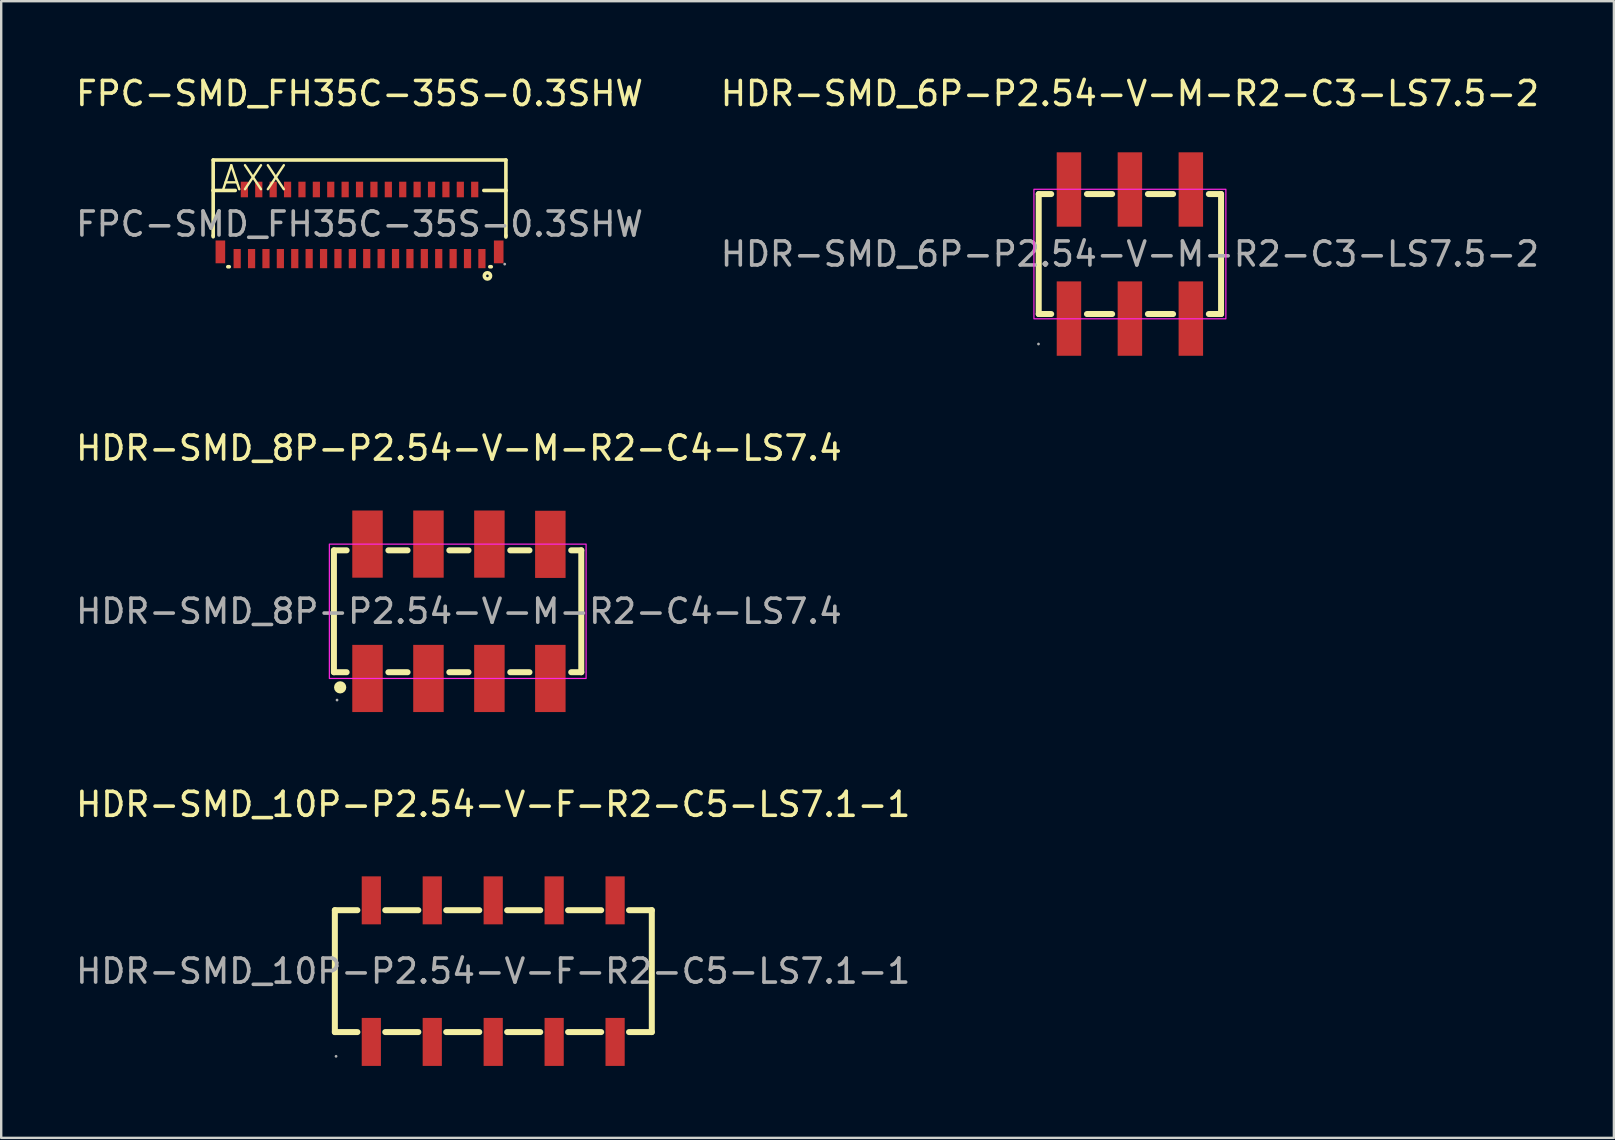
<source format=kicad_pcb>
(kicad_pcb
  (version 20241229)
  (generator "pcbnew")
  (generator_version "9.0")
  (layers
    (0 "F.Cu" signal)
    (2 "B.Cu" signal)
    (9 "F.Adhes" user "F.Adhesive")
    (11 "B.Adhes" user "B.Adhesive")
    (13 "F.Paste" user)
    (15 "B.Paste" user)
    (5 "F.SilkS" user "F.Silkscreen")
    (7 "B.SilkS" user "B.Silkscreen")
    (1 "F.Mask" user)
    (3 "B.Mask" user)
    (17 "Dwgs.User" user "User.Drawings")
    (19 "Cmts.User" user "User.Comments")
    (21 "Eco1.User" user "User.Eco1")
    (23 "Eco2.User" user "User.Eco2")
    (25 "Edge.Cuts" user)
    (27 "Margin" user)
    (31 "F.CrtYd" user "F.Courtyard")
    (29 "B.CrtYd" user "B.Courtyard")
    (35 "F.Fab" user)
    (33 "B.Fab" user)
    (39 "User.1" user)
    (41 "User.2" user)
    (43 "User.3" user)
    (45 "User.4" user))
  (footprint "HDR-SMD_10P-P2.54-V-F-R2-C5-LS7.1-1"
    (layer "F.Cu")
    (at 17.506 37.425)
    (property "Reference" "HDR-SMD_10P-P2.54-V-F-R2-C5-LS7.1-1" (at 0 -6.95 0) (layer "F.SilkS") (effects (font (size 1 1) (thickness 0.15))))
    (attr smd)
    (fp_line (start -6.6 -2.54) (end -5.66 -2.54) (stroke (width 0.25) (type solid)) (layer "F.SilkS"))
    (fp_line (start -6.6 2.54) (end -6.6 -2.54) (stroke (width 0.25) (type solid)) (layer "F.SilkS"))
    (fp_line (start -5.66 2.54) (end -6.6 2.54) (stroke (width 0.25) (type solid)) (layer "F.SilkS"))
    (fp_line (start -4.5 -2.54) (end -3.12 -2.54) (stroke (width 0.25) (type solid)) (layer "F.SilkS"))
    (fp_line (start -3.12 2.54) (end -4.5 2.54) (stroke (width 0.25) (type solid)) (layer "F.SilkS"))
    (fp_line (start -1.96 -2.54) (end -0.58 -2.54) (stroke (width 0.25) (type solid)) (layer "F.SilkS"))
    (fp_line (start -0.58 2.54) (end -1.96 2.54) (stroke (width 0.25) (type solid)) (layer "F.SilkS"))
    (fp_line (start 0.58 -2.54) (end 1.96 -2.54) (stroke (width 0.25) (type solid)) (layer "F.SilkS"))
    (fp_line (start 1.96 2.54) (end 0.58 2.54) (stroke (width 0.25) (type solid)) (layer "F.SilkS"))
    (fp_line (start 3.12 -2.54) (end 4.5 -2.54) (stroke (width 0.25) (type solid)) (layer "F.SilkS"))
    (fp_line (start 4.5 2.54) (end 3.12 2.54) (stroke (width 0.25) (type solid)) (layer "F.SilkS"))
    (fp_line (start 5.66 -2.54) (end 6.61 -2.54) (stroke (width 0.25) (type solid)) (layer "F.SilkS"))
    (fp_line (start 6.61 -2.54) (end 6.61 2.54) (stroke (width 0.25) (type solid)) (layer "F.SilkS"))
    (fp_line (start 6.61 2.54) (end 5.66 2.54) (stroke (width 0.25) (type solid)) (layer "F.SilkS"))
    (fp_circle (center -6.55 3.55) (end -6.52 3.55) (stroke (width 0.06) (type solid)) (fill no) (layer "F.Fab"))
    (fp_text user "${REFERENCE}" (at 0 0 0) (layer "F.Fab") (effects (font (size 1 1) (thickness 0.15))))
    (pad "1" smd rect (at -5.08 2.95) (size 0.8 2) (layers "F.Cu" "F.Mask" "F.Paste"))
    (pad "2" smd rect (at -2.54 2.95) (size 0.8 2) (layers "F.Cu" "F.Mask" "F.Paste"))
    (pad "3" smd rect (at 0 2.95) (size 0.8 2) (layers "F.Cu" "F.Mask" "F.Paste"))
    (pad "4" smd rect (at 2.54 2.95) (size 0.8 2) (layers "F.Cu" "F.Mask" "F.Paste"))
    (pad "5" smd rect (at 5.08 2.95) (size 0.8 2) (layers "F.Cu" "F.Mask" "F.Paste"))
    (pad "6" smd rect (at 5.08 -2.95) (size 0.8 2) (layers "F.Cu" "F.Mask" "F.Paste"))
    (pad "7" smd rect (at 2.54 -2.95) (size 0.8 2) (layers "F.Cu" "F.Mask" "F.Paste"))
    (pad "8" smd rect (at 0 -2.95) (size 0.8 2) (layers "F.Cu" "F.Mask" "F.Paste"))
    (pad "9" smd rect (at -2.54 -2.95) (size 0.8 2) (layers "F.Cu" "F.Mask" "F.Paste"))
    (pad "10" smd rect (at -5.08 -2.95) (size 0.8 2) (layers "F.Cu" "F.Mask" "F.Paste")))
  (footprint "HDR-SMD_6P-P2.54-V-M-R2-C3-LS7.5-2"
    (layer "F.Cu")
    (at 44.042 7.538)
    (property "Reference" "HDR-SMD_6P-P2.54-V-M-R2-C3-LS7.5-2" (at 0 -6.69 0) (layer "F.SilkS") (effects (font (size 1 1) (thickness 0.15))))
    (attr smd)
    (fp_line (start -3.8 -2.5) (end -3.8 2.5) (stroke (width 0.25) (type solid)) (layer "F.SilkS"))
    (fp_line (start -3.8 2.5) (end -3.28 2.5) (stroke (width 0.25) (type solid)) (layer "F.SilkS"))
    (fp_line (start -3.28 -2.5) (end -3.8 -2.5) (stroke (width 0.25) (type solid)) (layer "F.SilkS"))
    (fp_line (start -1.79 2.5) (end -0.74 2.5) (stroke (width 0.25) (type solid)) (layer "F.SilkS"))
    (fp_line (start -0.74 -2.5) (end -1.79 -2.5) (stroke (width 0.25) (type solid)) (layer "F.SilkS"))
    (fp_line (start 0.75 2.5) (end 1.8 2.5) (stroke (width 0.25) (type solid)) (layer "F.SilkS"))
    (fp_line (start 1.8 -2.5) (end 0.75 -2.5) (stroke (width 0.25) (type solid)) (layer "F.SilkS"))
    (fp_line (start 3.29 2.5) (end 3.8 2.5) (stroke (width 0.25) (type solid)) (layer "F.SilkS"))
    (fp_line (start 3.8 -2.5) (end 3.29 -2.5) (stroke (width 0.25) (type solid)) (layer "F.SilkS"))
    (fp_line (start 3.8 2.5) (end 3.8 -2.5) (stroke (width 0.25) (type solid)) (layer "F.SilkS"))
    (fp_rect (start -4 -2.7) (end 4 2.7) (stroke (width 0.05) (type default)) (fill no) (layer "F.CrtYd"))
    (fp_circle (center -3.81 3.75) (end -3.78 3.75) (stroke (width 0.06) (type solid)) (fill no) (layer "F.Fab"))
    (fp_text user "${REFERENCE}" (at 0 0 0) (layer "F.Fab") (effects (font (size 1 1) (thickness 0.15))))
    (pad "1" smd rect (at -2.54 2.69) (size 1.02 3.1) (layers "F.Cu" "F.Mask" "F.Paste"))
    (pad "2" smd rect (at -2.54 -2.69) (size 1.02 3.1) (layers "F.Cu" "F.Mask" "F.Paste"))
    (pad "3" smd rect (at 0 2.69) (size 1.02 3.1) (layers "F.Cu" "F.Mask" "F.Paste"))
    (pad "4" smd rect (at 0 -2.69) (size 1.02 3.1) (layers "F.Cu" "F.Mask" "F.Paste"))
    (pad "5" smd rect (at 2.54 2.69) (size 1.02 3.1) (layers "F.Cu" "F.Mask" "F.Paste"))
    (pad "6" smd rect (at 2.54 -2.69) (size 1.02 3.1) (layers "F.Cu" "F.Mask" "F.Paste")))
  (footprint "FPC-SMD_FH35C-35S-0.3SHW"
    (layer "F.Cu")
    (at 11.935 6.288)
    (property "Reference" "FPC-SMD_FH35C-35S-0.3SHW" (at 0 -5.44 0) (layer "F.SilkS") (effects (font (size 1 1) (thickness 0.15))))
    (attr smd)
    (fp_line (start -6.1 -2.67) (end 6.1 -2.67) (stroke (width 0.15) (type solid)) (layer "F.SilkS"))
    (fp_line (start -6.1 -1.4) (end -6.1 -2.67) (stroke (width 0.15) (type solid)) (layer "F.SilkS"))
    (fp_line (start -6.1 -1.4) (end -6.1 0.48) (stroke (width 0.15) (type solid)) (layer "F.SilkS"))
    (fp_line (start -6.1 0.53) (end -6.1 0.48) (stroke (width 0.15) (type solid)) (layer "F.SilkS"))
    (fp_line (start -5.43 1.78) (end -5.49 1.78) (stroke (width 0.15) (type solid)) (layer "F.SilkS"))
    (fp_line (start -5.18 -1.4) (end -6.1 -1.4) (stroke (width 0.15) (type solid)) (layer "F.SilkS"))
    (fp_line (start 5.49 1.78) (end 5.43 1.78) (stroke (width 0.15) (type solid)) (layer "F.SilkS"))
    (fp_line (start 6.1 -2.67) (end 6.1 -1.4) (stroke (width 0.15) (type solid)) (layer "F.SilkS"))
    (fp_line (start 6.1 -1.4) (end 5.18 -1.4) (stroke (width 0.15) (type solid)) (layer "F.SilkS"))
    (fp_line (start 6.1 0.48) (end 6.1 -1.4) (stroke (width 0.15) (type solid)) (layer "F.SilkS"))
    (fp_line (start 6.1 0.48) (end 6.1 0.54) (stroke (width 0.15) (type solid)) (layer "F.SilkS"))
    (fp_circle (center 5.33 2.16) (end 5.46 2.16) (stroke (width 0.15) (type solid)) (fill no) (layer "F.SilkS"))
    (fp_circle (center 6.05 1.67) (end 6.08 1.67) (stroke (width 0.06) (type solid)) (fill no) (layer "F.Fab"))
    (fp_text user "AXX" (at -5.84 -1.91 0) (layer "F.SilkS") (effects (font (size 1 1) (thickness 0.1)) (justify left)))
    (fp_text user "${REFERENCE}" (at 0 0 0) (layer "F.Fab") (effects (font (size 1 1) (thickness 0.15))))
    (pad "1" smd rect (at 5.1 1.44) (size 0.3 0.8) (layers "F.Cu" "F.Mask" "F.Paste"))
    (pad "2" smd rect (at 4.8 -1.44) (size 0.3 0.65) (layers "F.Cu" "F.Mask" "F.Paste"))
    (pad "3" smd rect (at 4.5 1.44) (size 0.3 0.8) (layers "F.Cu" "F.Mask" "F.Paste"))
    (pad "4" smd rect (at 4.2 -1.44) (size 0.3 0.65) (layers "F.Cu" "F.Mask" "F.Paste"))
    (pad "5" smd rect (at 3.9 1.44) (size 0.3 0.8) (layers "F.Cu" "F.Mask" "F.Paste"))
    (pad "6" smd rect (at 3.6 -1.44) (size 0.3 0.65) (layers "F.Cu" "F.Mask" "F.Paste"))
    (pad "7" smd rect (at 3.3 1.44) (size 0.3 0.8) (layers "F.Cu" "F.Mask" "F.Paste"))
    (pad "8" smd rect (at 3 -1.44) (size 0.3 0.65) (layers "F.Cu" "F.Mask" "F.Paste"))
    (pad "9" smd rect (at 2.7 1.44) (size 0.3 0.8) (layers "F.Cu" "F.Mask" "F.Paste"))
    (pad "10" smd rect (at 2.4 -1.44) (size 0.3 0.65) (layers "F.Cu" "F.Mask" "F.Paste"))
    (pad "11" smd rect (at 2.1 1.44) (size 0.3 0.8) (layers "F.Cu" "F.Mask" "F.Paste"))
    (pad "12" smd rect (at 1.8 -1.44) (size 0.3 0.65) (layers "F.Cu" "F.Mask" "F.Paste"))
    (pad "13" smd rect (at 1.5 1.44) (size 0.3 0.8) (layers "F.Cu" "F.Mask" "F.Paste"))
    (pad "14" smd rect (at 1.2 -1.44) (size 0.3 0.65) (layers "F.Cu" "F.Mask" "F.Paste"))
    (pad "15" smd rect (at 0.9 1.44) (size 0.3 0.8) (layers "F.Cu" "F.Mask" "F.Paste"))
    (pad "16" smd rect (at 0.6 -1.44) (size 0.3 0.65) (layers "F.Cu" "F.Mask" "F.Paste"))
    (pad "17" smd rect (at 0.3 1.44) (size 0.3 0.8) (layers "F.Cu" "F.Mask" "F.Paste"))
    (pad "18" smd rect (at 0 -1.44) (size 0.3 0.65) (layers "F.Cu" "F.Mask" "F.Paste"))
    (pad "19" smd rect (at -0.3 1.44) (size 0.3 0.8) (layers "F.Cu" "F.Mask" "F.Paste"))
    (pad "20" smd rect (at -0.6 -1.44) (size 0.3 0.65) (layers "F.Cu" "F.Mask" "F.Paste"))
    (pad "21" smd rect (at -0.9 1.44) (size 0.3 0.8) (layers "F.Cu" "F.Mask" "F.Paste"))
    (pad "22" smd rect (at -1.2 -1.44) (size 0.3 0.65) (layers "F.Cu" "F.Mask" "F.Paste"))
    (pad "23" smd rect (at -1.5 1.44) (size 0.3 0.8) (layers "F.Cu" "F.Mask" "F.Paste"))
    (pad "24" smd rect (at -1.8 -1.44) (size 0.3 0.65) (layers "F.Cu" "F.Mask" "F.Paste"))
    (pad "25" smd rect (at -2.1 1.44) (size 0.3 0.8) (layers "F.Cu" "F.Mask" "F.Paste"))
    (pad "26" smd rect (at -2.4 -1.44) (size 0.3 0.65) (layers "F.Cu" "F.Mask" "F.Paste"))
    (pad "27" smd rect (at -2.7 1.44) (size 0.3 0.8) (layers "F.Cu" "F.Mask" "F.Paste"))
    (pad "28" smd rect (at -3 -1.44) (size 0.3 0.65) (layers "F.Cu" "F.Mask" "F.Paste"))
    (pad "29" smd rect (at -3.3 1.44) (size 0.3 0.8) (layers "F.Cu" "F.Mask" "F.Paste"))
    (pad "30" smd rect (at -3.6 -1.44) (size 0.3 0.65) (layers "F.Cu" "F.Mask" "F.Paste"))
    (pad "31" smd rect (at -3.9 1.44) (size 0.3 0.8) (layers "F.Cu" "F.Mask" "F.Paste"))
    (pad "32" smd rect (at -4.2 -1.44) (size 0.3 0.65) (layers "F.Cu" "F.Mask" "F.Paste"))
    (pad "33" smd rect (at -4.5 1.44) (size 0.3 0.8) (layers "F.Cu" "F.Mask" "F.Paste"))
    (pad "34" smd rect (at -4.8 -1.44 180) (size 0.3 0.65) (layers "F.Cu" "F.Mask" "F.Paste"))
    (pad "35" smd rect (at -5.1 1.44 180) (size 0.3 0.8) (layers "F.Cu" "F.Mask" "F.Paste"))
    (pad "36" smd rect (at -5.8 1.16 180) (size 0.4 0.95) (layers "F.Cu" "F.Mask" "F.Paste"))
    (pad "36" smd rect (at 5.8 1.16 180) (size 0.4 0.95) (layers "F.Cu" "F.Mask" "F.Paste")))
  (footprint "HDR-SMD_8P-P2.54-V-M-R2-C4-LS7.4"
    (layer "F.Cu")
    (at 16.077 22.427)
    (property "Reference" "HDR-SMD_8P-P2.54-V-M-R2-C4-LS7.4" (at 0 -6.8 0) (layer "F.SilkS") (effects (font (size 1 1) (thickness 0.15))))
    (attr smd)
    (fp_line (start -5.21 -2.54) (end -5.21 2.54) (stroke (width 0.25) (type solid)) (layer "F.SilkS"))
    (fp_line (start -5.21 -2.54) (end -4.68 -2.54) (stroke (width 0.25) (type solid)) (layer "F.SilkS"))
    (fp_line (start -5.21 2.54) (end -4.68 2.54) (stroke (width 0.25) (type solid)) (layer "F.SilkS"))
    (fp_line (start -2.94 -2.54) (end -2.14 -2.54) (stroke (width 0.25) (type solid)) (layer "F.SilkS"))
    (fp_line (start -2.94 2.54) (end -2.14 2.54) (stroke (width 0.25) (type solid)) (layer "F.SilkS"))
    (fp_line (start -0.4 -2.54) (end 0.4 -2.54) (stroke (width 0.25) (type solid)) (layer "F.SilkS"))
    (fp_line (start -0.4 2.54) (end 0.4 2.54) (stroke (width 0.25) (type solid)) (layer "F.SilkS"))
    (fp_line (start 2.14 -2.54) (end 2.94 -2.54) (stroke (width 0.25) (type solid)) (layer "F.SilkS"))
    (fp_line (start 2.14 2.54) (end 2.94 2.54) (stroke (width 0.25) (type solid)) (layer "F.SilkS"))
    (fp_line (start 4.68 2.54) (end 5.1 2.54) (stroke (width 0.25) (type solid)) (layer "F.SilkS"))
    (fp_line (start 5.1 -2.54) (end 4.68 -2.54) (stroke (width 0.25) (type solid)) (layer "F.SilkS"))
    (fp_line (start 5.1 2.54) (end 5.1 -2.54) (stroke (width 0.25) (type solid)) (layer "F.SilkS"))
    (fp_circle (center -4.95 3.17) (end -4.82 3.17) (stroke (width 0.25) (type solid)) (fill no) (layer "F.SilkS"))
    (fp_rect (start -5.4 -2.8) (end 5.3 2.8) (stroke (width 0.05) (type default)) (fill no) (layer "F.CrtYd"))
    (fp_circle (center -5.08 3.7) (end -5.05 3.7) (stroke (width 0.06) (type solid)) (fill no) (layer "F.Fab"))
    (fp_text user "${REFERENCE}" (at 0 0 0) (layer "F.Fab") (effects (font (size 1 1) (thickness 0.15))))
    (pad "1" smd rect (at -3.81 2.8) (size 1.27 2.8) (layers "F.Cu" "F.Mask" "F.Paste"))
    (pad "2" smd rect (at -3.81 -2.8) (size 1.27 2.8) (layers "F.Cu" "F.Mask" "F.Paste"))
    (pad "3" smd rect (at -1.27 2.8) (size 1.27 2.8) (layers "F.Cu" "F.Mask" "F.Paste"))
    (pad "4" smd rect (at -1.27 -2.8) (size 1.27 2.8) (layers "F.Cu" "F.Mask" "F.Paste"))
    (pad "5" smd rect (at 1.27 2.8) (size 1.27 2.8) (layers "F.Cu" "F.Mask" "F.Paste"))
    (pad "6" smd rect (at 1.27 -2.8) (size 1.27 2.8) (layers "F.Cu" "F.Mask" "F.Paste"))
    (pad "7" smd rect (at 3.81 2.8) (size 1.27 2.8) (layers "F.Cu" "F.Mask" "F.Paste"))
    (pad "8" smd rect (at 3.81 -2.79) (size 1.27 2.8) (layers "F.Cu" "F.Mask" "F.Paste")))
  (gr_rect
    (start -3 -3)
    (end 64.214 44.375)
    (stroke (width 0.1) (type default))
    (fill no)
    (layer "Edge.Cuts")))
</source>
